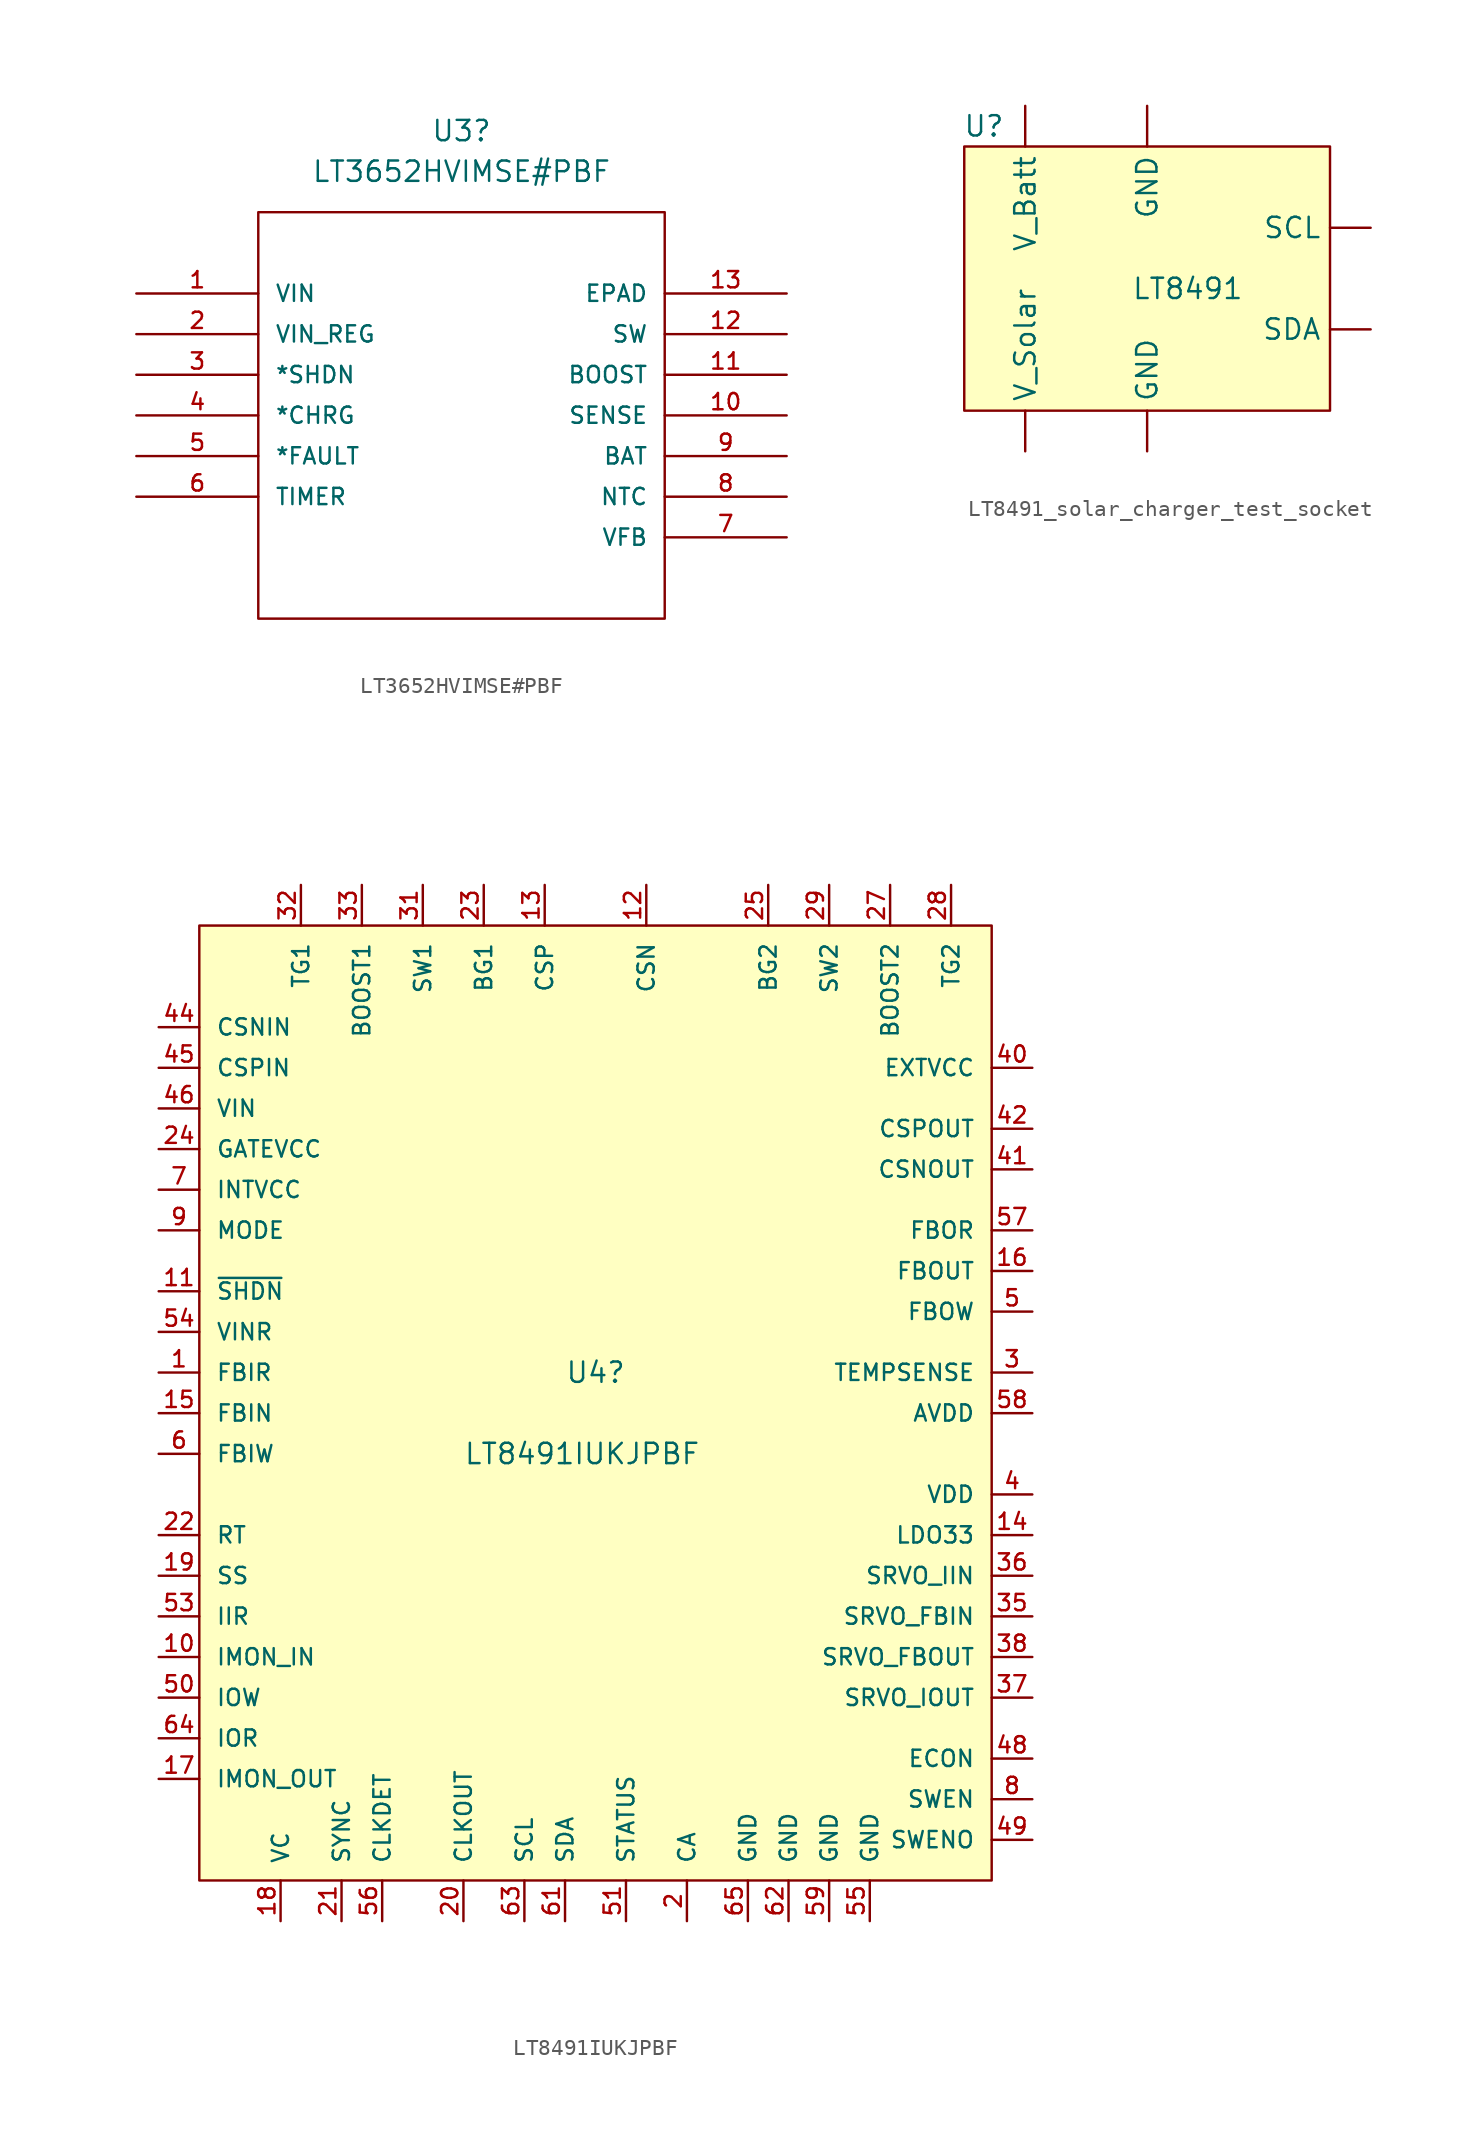
<source format=kicad_sym>
(kicad_symbol_lib
  (version 20241209)
  (generator "kicad_symbol_editor")
  (generator_version "9.0")
  (symbol "LT3652HVIMSE#PBF"
    (pin_names
      (offset 1.016))
    (property "Reference" "U3"
      (at 50.8 10.16 0)
      (effects (font (size 1.27 1.27))))
    (property "Value" "LT3652HVIMSE#PBF"
      (at 50.8 7.62 0)
      (effects (font (size 1.27 1.27))))
    (symbol "LT3652HVIMSE#PBF_0_0"
      (rectangle (start 38.1 5.08) (end 63.5 -20.32) (stroke (width 0.152) (type default)) (fill (type none)))
      (pin input line (at 30.48 0 0) (length 7.62) (name "VIN" (effects (font (size 1.016 1.016)))) (number "1" (effects (font (size 1.016 1.016)))))
      (pin input line (at 30.48 -2.54 0) (length 7.62) (name "VIN_REG" (effects (font (size 1.016 1.016)))) (number "2" (effects (font (size 1.016 1.016)))))
      (pin input line (at 30.48 -5.08 0) (length 7.62) (name "*SHDN" (effects (font (size 1.016 1.016)))) (number "3" (effects (font (size 1.016 1.016)))))
      (pin output line (at 30.48 -7.62 0) (length 7.62) (name "*CHRG" (effects (font (size 1.016 1.016)))) (number "4" (effects (font (size 1.016 1.016)))))
      (pin output line (at 30.48 -10.16 0) (length 7.62) (name "*FAULT" (effects (font (size 1.016 1.016)))) (number "5" (effects (font (size 1.016 1.016)))))
      (pin passive line (at 30.48 -12.7 0) (length 7.62) (name "TIMER" (effects (font (size 1.016 1.016)))) (number "6" (effects (font (size 1.016 1.016)))))
      (pin passive line (at 71.12 0 180) (length 7.62) (name "EPAD" (effects (font (size 1.016 1.016)))) (number "13" (effects (font (size 1.016 1.016)))))
      (pin output line (at 71.12 -2.54 180) (length 7.62) (name "SW" (effects (font (size 1.016 1.016)))) (number "12" (effects (font (size 1.016 1.016)))))
      (pin passive line (at 71.12 -5.08 180) (length 7.62) (name "BOOST" (effects (font (size 1.016 1.016)))) (number "11" (effects (font (size 1.016 1.016)))))
      (pin passive line (at 71.12 -7.62 180) (length 7.62) (name "SENSE" (effects (font (size 1.016 1.016)))) (number "10" (effects (font (size 1.016 1.016)))))
      (pin output line (at 71.12 -10.16 180) (length 7.62) (name "BAT" (effects (font (size 1.016 1.016)))) (number "9" (effects (font (size 1.016 1.016)))))
      (pin input line (at 71.12 -12.7 180) (length 7.62) (name "NTC" (effects (font (size 1.016 1.016)))) (number "8" (effects (font (size 1.016 1.016)))))
      (pin output line (at 71.12 -15.24 180) (length 7.62) (name "VFB" (effects (font (size 1.016 1.016)))) (number "7" (effects (font (size 1.016 1.016)))))))
  (symbol "LT8491_solar_charger_test_socket"
    (property "Reference" "U"
      (at -11.43 10.16 0)
      (effects (font (size 1.27 1.27)) (justify right)))
    (property "Value" "LT8491"
      (at 0 0 0)
      (effects (font (size 1.27 1.27))))
    (symbol "LT8491_solar_charger_test_socket_1_1"
      (rectangle (start -13.97 8.89) (end 8.89 -7.62) (stroke (width 0) (type default)) (fill (type background)))
      (pin passive line (at -10.16 11.43 270) (length 2.54) (name "V_Batt" (effects (font (size 1.27 1.27)))) (number "" (effects (font (size 1.27 1.27)))))
      (pin power_in line (at -10.16 -10.16 90) (length 2.54) (name "V_Solar" (effects (font (size 1.27 1.27)))) (number "" (effects (font (size 1.27 1.27)))))
      (pin passive line (at -2.54 11.43 270) (length 2.54) (name "GND" (effects (font (size 1.27 1.27)))) (number "" (effects (font (size 1.27 1.27)))))
      (pin passive line (at -2.54 -10.16 90) (length 2.54) (name "GND" (effects (font (size 1.27 1.27)))) (number "" (effects (font (size 1.27 1.27)))))
      (pin passive line (at 11.43 3.81 180) (length 2.54) (name "SCL" (effects (font (size 1.27 1.27)))) (number "" (effects (font (size 1.27 1.27)))))
      (pin passive line (at 11.43 -2.54 180) (length 2.54) (name "SDA" (effects (font (size 1.27 1.27)))) (number "" (effects (font (size 1.27 1.27)))))))
  (symbol "LT8491IUKJPBF"
    (pin_names
      (offset 1.016))
    (property "Reference" "U4"
      (at -3.81 -27.94 0)
      (effects (font (size 1.27 1.27)) (justify left)))
    (property "Value" "LT8491IUKJPBF"
      (at -10.16 -33.02 0)
      (effects (font (size 1.27 1.27)) (justify left)))
    (symbol "LT8491IUKJPBF_1_1"
      (rectangle (start -26.67 0) (end 22.86 -59.69) (stroke (width 0) (type default)) (fill (type background)))
      (pin input line (at -29.21 -6.35 0) (length 2.54) (name "CSNIN" (effects (font (size 1.016 1.016)))) (number "44" (effects (font (size 1.016 1.016)))))
      (pin input line (at -29.21 -8.89 0) (length 2.54) (name "CSPIN" (effects (font (size 1.016 1.016)))) (number "45" (effects (font (size 1.016 1.016)))))
      (pin power_in line (at -29.21 -11.43 0) (length 2.54) (name "VIN" (effects (font (size 1.016 1.016)))) (number "46" (effects (font (size 1.016 1.016)))))
      (pin power_in line (at -29.21 -13.97 0) (length 2.54) (name "GATEVCC" (effects (font (size 1.016 1.016)))) (number "24" (effects (font (size 1.016 1.016)))))
      (pin power_out line (at -29.21 -16.51 0) (length 2.54) (name "INTVCC" (effects (font (size 1.016 1.016)))) (number "7" (effects (font (size 1.016 1.016)))))
      (pin input line (at -29.21 -19.05 0) (length 2.54) (name "MODE" (effects (font (size 1.016 1.016)))) (number "9" (effects (font (size 1.016 1.016)))))
      (pin input line (at -29.21 -22.86 0) (length 2.54) (name "~{SHDN}" (effects (font (size 1.016 1.016)))) (number "11" (effects (font (size 1.016 1.016)))))
      (pin input line (at -29.21 -25.4 0) (length 2.54) (name "VINR" (effects (font (size 1.016 1.016)))) (number "54" (effects (font (size 1.016 1.016)))))
      (pin input line (at -29.21 -27.94 0) (length 2.54) (name "FBIR" (effects (font (size 1.016 1.016)))) (number "1" (effects (font (size 1.016 1.016)))))
      (pin input line (at -29.21 -30.48 0) (length 2.54) (name "FBIN" (effects (font (size 1.016 1.016)))) (number "15" (effects (font (size 1.016 1.016)))))
      (pin output line (at -29.21 -33.02 0) (length 2.54) (name "FBIW" (effects (font (size 1.016 1.016)))) (number "6" (effects (font (size 1.016 1.016)))))
      (pin input line (at -29.21 -38.1 0) (length 2.54) (name "RT" (effects (font (size 1.016 1.016)))) (number "22" (effects (font (size 1.016 1.016)))))
      (pin passive line (at -29.21 -40.64 0) (length 2.54) (name "SS" (effects (font (size 1.016 1.016)))) (number "19" (effects (font (size 1.016 1.016)))))
      (pin input line (at -29.21 -43.18 0) (length 2.54) (name "IIR" (effects (font (size 1.016 1.016)))) (number "53" (effects (font (size 1.016 1.016)))))
      (pin input line (at -29.21 -45.72 0) (length 2.54) (name "IMON_IN" (effects (font (size 1.016 1.016)))) (number "10" (effects (font (size 1.016 1.016)))))
      (pin output line (at -29.21 -48.26 0) (length 2.54) (name "IOW" (effects (font (size 1.016 1.016)))) (number "50" (effects (font (size 1.016 1.016)))))
      (pin input line (at -29.21 -50.8 0) (length 2.54) (name "IOR" (effects (font (size 1.016 1.016)))) (number "64" (effects (font (size 1.016 1.016)))))
      (pin output line (at -29.21 -53.34 0) (length 2.54) (name "IMON_OUT" (effects (font (size 1.016 1.016)))) (number "17" (effects (font (size 1.016 1.016)))))
      (pin output line (at -21.59 -62.23 90) (length 2.54) (name "VC" (effects (font (size 1.016 1.016)))) (number "18" (effects (font (size 1.016 1.016)))))
      (pin output line (at -20.32 2.54 270) (length 2.54) (name "TG1" (effects (font (size 1.016 1.016)))) (number "32" (effects (font (size 1.016 1.016)))))
      (pin input line (at -17.78 -62.23 90) (length 2.54) (name "SYNC" (effects (font (size 1.016 1.016)))) (number "21" (effects (font (size 1.016 1.016)))))
      (pin output line (at -16.51 2.54 270) (length 2.54) (name "BOOST1" (effects (font (size 1.016 1.016)))) (number "33" (effects (font (size 1.016 1.016)))))
      (pin input line (at -15.24 -62.23 90) (length 2.54) (name "CLKDET" (effects (font (size 1.016 1.016)))) (number "56" (effects (font (size 1.016 1.016)))))
      (pin output line (at -12.7 2.54 270) (length 2.54) (name "SW1" (effects (font (size 1.016 1.016)))) (number "31" (effects (font (size 1.016 1.016)))))
      (pin output line (at -10.16 -62.23 90) (length 2.54) (name "CLKOUT" (effects (font (size 1.016 1.016)))) (number "20" (effects (font (size 1.016 1.016)))))
      (pin output line (at -8.89 2.54 270) (length 2.54) (name "BG1" (effects (font (size 1.016 1.016)))) (number "23" (effects (font (size 1.016 1.016)))))
      (pin input line (at -6.35 -62.23 90) (length 2.54) (name "SCL" (effects (font (size 1.016 1.016)))) (number "63" (effects (font (size 1.016 1.016)))))
      (pin input line (at -5.08 2.54 270) (length 2.54) (name "CSP" (effects (font (size 1.016 1.016)))) (number "13" (effects (font (size 1.016 1.016)))))
      (pin bidirectional line (at -3.81 -62.23 90) (length 2.54) (name "SDA" (effects (font (size 1.016 1.016)))) (number "61" (effects (font (size 1.016 1.016)))))
      (pin output line (at 0 -62.23 90) (length 2.54) (name "STATUS" (effects (font (size 1.016 1.016)))) (number "51" (effects (font (size 1.016 1.016)))))
      (pin input line (at 1.27 2.54 270) (length 2.54) (name "CSN" (effects (font (size 1.016 1.016)))) (number "12" (effects (font (size 1.016 1.016)))))
      (pin input line (at 3.81 -62.23 90) (length 2.54) (name "CA" (effects (font (size 1.016 1.016)))) (number "2" (effects (font (size 1.016 1.016)))))
      (pin power_in line (at 7.62 -62.23 90) (length 2.54) (name "GND" (effects (font (size 1.016 1.016)))) (number "65" (effects (font (size 1.016 1.016)))))
      (pin output line (at 8.89 2.54 270) (length 2.54) (name "BG2" (effects (font (size 1.016 1.016)))) (number "25" (effects (font (size 1.016 1.016)))))
      (pin power_in line (at 10.16 -62.23 90) (length 2.54) (name "GND" (effects (font (size 1.016 1.016)))) (number "62" (effects (font (size 1.016 1.016)))))
      (pin output line (at 12.7 2.54 270) (length 2.54) (name "SW2" (effects (font (size 1.016 1.016)))) (number "29" (effects (font (size 1.016 1.016)))))
      (pin power_in line (at 12.7 -62.23 90) (length 2.54) (name "GND" (effects (font (size 1.016 1.016)))) (number "59" (effects (font (size 1.016 1.016)))))
      (pin power_in line (at 15.24 -62.23 90) (length 2.54) (name "GND" (effects (font (size 1.016 1.016)))) (number "55" (effects (font (size 1.016 1.016)))))
      (pin output line (at 16.51 2.54 270) (length 2.54) (name "BOOST2" (effects (font (size 1.016 1.016)))) (number "27" (effects (font (size 1.016 1.016)))))
      (pin output line (at 20.32 2.54 270) (length 2.54) (name "TG2" (effects (font (size 1.016 1.016)))) (number "28" (effects (font (size 1.016 1.016)))))
      (pin no_connect line (at 25.4 -3.81 180) (length 2.54) (hide yes) (name "NC" (effects (font (size 1.016 1.016)))) (number "52" (effects (font (size 1.016 1.016)))))
      (pin no_connect line (at 25.4 -6.35 180) (length 2.54) (hide yes) (name "NC" (effects (font (size 1.016 1.016)))) (number "60" (effects (font (size 1.016 1.016)))))
      (pin power_in line (at 25.4 -8.89 180) (length 2.54) (name "EXTVCC" (effects (font (size 1.016 1.016)))) (number "40" (effects (font (size 1.016 1.016)))))
      (pin input line (at 25.4 -12.7 180) (length 2.54) (name "CSPOUT" (effects (font (size 1.016 1.016)))) (number "42" (effects (font (size 1.016 1.016)))))
      (pin input line (at 25.4 -15.24 180) (length 2.54) (name "CSNOUT" (effects (font (size 1.016 1.016)))) (number "41" (effects (font (size 1.016 1.016)))))
      (pin input line (at 25.4 -19.05 180) (length 2.54) (name "FBOR" (effects (font (size 1.016 1.016)))) (number "57" (effects (font (size 1.016 1.016)))))
      (pin input line (at 25.4 -21.59 180) (length 2.54) (name "FBOUT" (effects (font (size 1.016 1.016)))) (number "16" (effects (font (size 1.016 1.016)))))
      (pin output line (at 25.4 -24.13 180) (length 2.54) (name "FBOW" (effects (font (size 1.016 1.016)))) (number "5" (effects (font (size 1.016 1.016)))))
      (pin input line (at 25.4 -27.94 180) (length 2.54) (name "TEMPSENSE" (effects (font (size 1.016 1.016)))) (number "3" (effects (font (size 1.016 1.016)))))
      (pin power_in line (at 25.4 -30.48 180) (length 2.54) (name "AVDD" (effects (font (size 1.016 1.016)))) (number "58" (effects (font (size 1.016 1.016)))))
      (pin power_in line (at 25.4 -35.56 180) (length 2.54) (name "VDD" (effects (font (size 1.016 1.016)))) (number "4" (effects (font (size 1.016 1.016)))))
      (pin power_out line (at 25.4 -38.1 180) (length 2.54) (name "LDO33" (effects (font (size 1.016 1.016)))) (number "14" (effects (font (size 1.016 1.016)))))
      (pin output line (at 25.4 -40.64 180) (length 2.54) (name "SRVO_IIN" (effects (font (size 1.016 1.016)))) (number "36" (effects (font (size 1.016 1.016)))))
      (pin output line (at 25.4 -43.18 180) (length 2.54) (name "SRVO_FBIN" (effects (font (size 1.016 1.016)))) (number "35" (effects (font (size 1.016 1.016)))))
      (pin output line (at 25.4 -45.72 180) (length 2.54) (name "SRVO_FBOUT" (effects (font (size 1.016 1.016)))) (number "38" (effects (font (size 1.016 1.016)))))
      (pin output line (at 25.4 -48.26 180) (length 2.54) (name "SRVO_IOUT" (effects (font (size 1.016 1.016)))) (number "37" (effects (font (size 1.016 1.016)))))
      (pin output line (at 25.4 -52.07 180) (length 2.54) (name "ECON" (effects (font (size 1.016 1.016)))) (number "48" (effects (font (size 1.016 1.016)))))
      (pin input line (at 25.4 -54.61 180) (length 2.54) (name "SWEN" (effects (font (size 1.016 1.016)))) (number "8" (effects (font (size 1.016 1.016)))))
      (pin output line (at 25.4 -57.15 180) (length 2.54) (name "SWENO" (effects (font (size 1.016 1.016)))) (number "49" (effects (font (size 1.016 1.016))))))))
</source>
